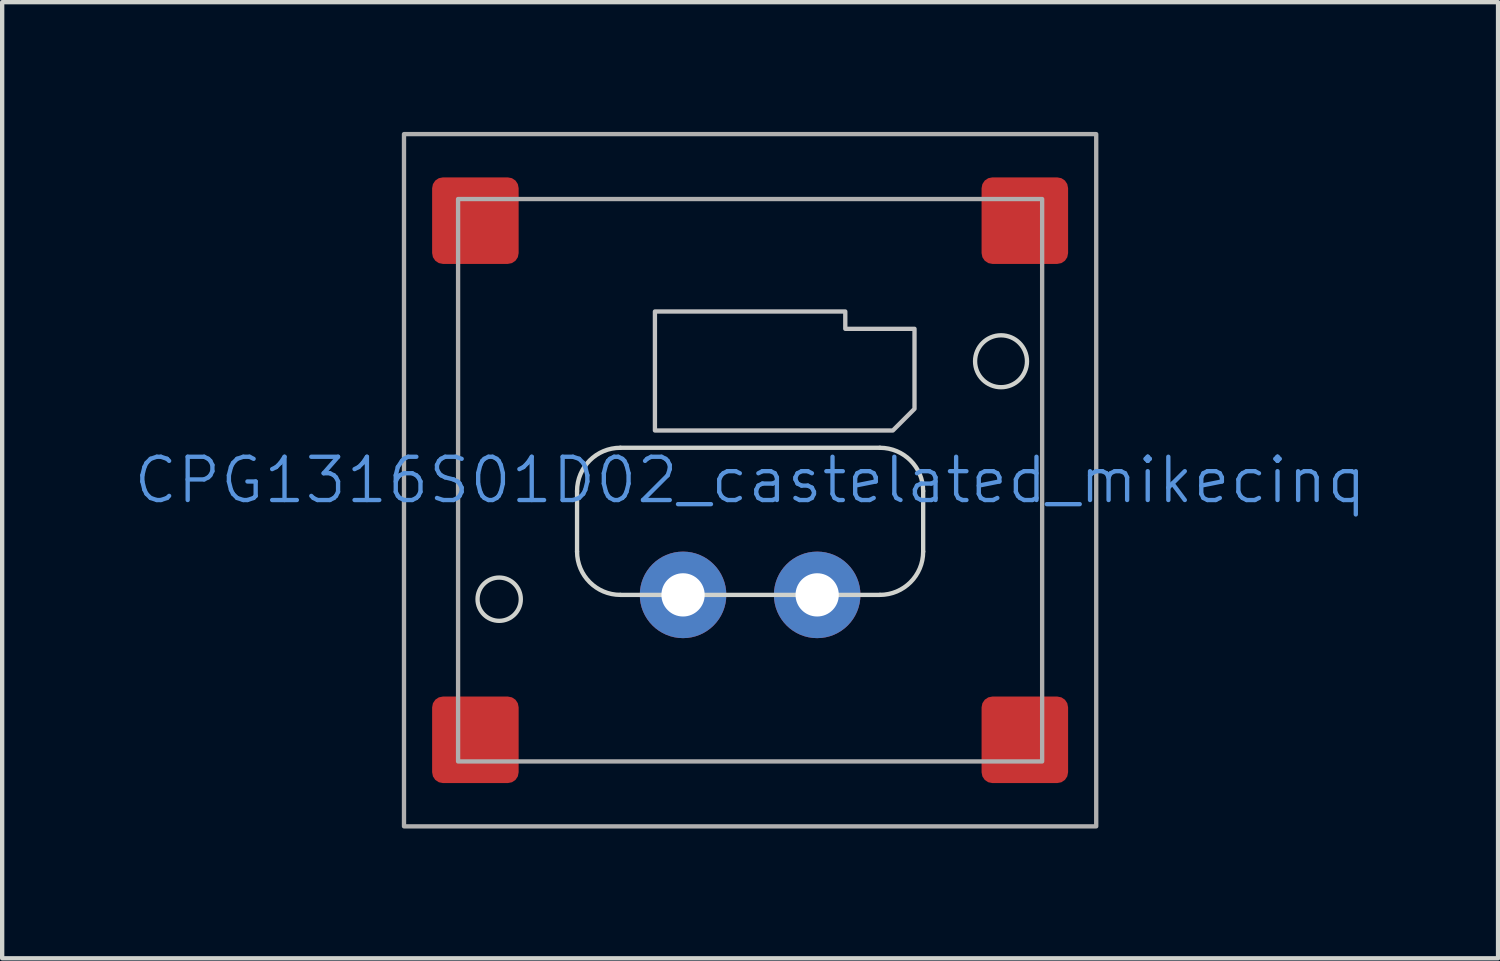
<source format=kicad_pcb>
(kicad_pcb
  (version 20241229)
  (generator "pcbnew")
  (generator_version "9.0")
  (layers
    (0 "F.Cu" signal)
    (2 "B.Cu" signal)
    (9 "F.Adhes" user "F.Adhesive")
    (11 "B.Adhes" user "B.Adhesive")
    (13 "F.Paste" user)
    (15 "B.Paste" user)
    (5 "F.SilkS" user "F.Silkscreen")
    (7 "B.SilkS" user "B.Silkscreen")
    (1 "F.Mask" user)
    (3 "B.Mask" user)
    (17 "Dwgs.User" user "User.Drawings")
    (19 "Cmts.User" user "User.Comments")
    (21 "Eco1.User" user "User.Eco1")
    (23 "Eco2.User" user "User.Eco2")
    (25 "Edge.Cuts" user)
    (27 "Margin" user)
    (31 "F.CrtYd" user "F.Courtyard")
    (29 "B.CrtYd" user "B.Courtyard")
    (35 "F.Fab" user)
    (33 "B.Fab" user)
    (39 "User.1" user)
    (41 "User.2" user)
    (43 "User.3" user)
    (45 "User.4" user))
  (footprint "CPG1316S01D02_castelated_mikecinq"
    (layer "F.Cu")
    (at 14.288 8.05)
    (property "Reference" "CPG1316S01D02_castelated_mikecinq" (at 0 0 0) (unlocked yes) (layer "Cmts.User") (effects (font (size 1 1) (thickness 0.1))))
    (attr smd)
    (fp_poly (pts (xy 3.8 -3.5) (xy 3.8 -1.65) (xy 3.3 -1.15) (xy -2.2 -1.15) (xy -2.2 -3.9) (xy 2.2 -3.9) (xy 2.2 -3.5)) (stroke (width 0.1) (type solid)) (fill no) (layer "Dwgs.User"))
    (fp_line (start -4 1.65) (end -4 0.25) (stroke (width 0.1) (type default)) (layer "Edge.Cuts"))
    (fp_line (start -3 -0.75) (end 3 -0.75) (stroke (width 0.1) (type default)) (layer "Edge.Cuts"))
    (fp_line (start 3 2.65) (end -3 2.65) (stroke (width 0.1) (type default)) (layer "Edge.Cuts"))
    (fp_line (start 4 0.25) (end 4 1.65) (stroke (width 0.1) (type default)) (layer "Edge.Cuts"))
    (fp_arc (start -4 0.25) (mid -3.707107 -0.457107) (end -3 -0.75) (stroke (width 0.1) (type default)) (layer "Edge.Cuts"))
    (fp_arc (start -3 2.65) (mid -3.707107 2.357107) (end -4 1.65) (stroke (width 0.1) (type default)) (layer "Edge.Cuts"))
    (fp_arc (start 3 -0.75) (mid 3.707107 -0.457107) (end 4 0.25) (stroke (width 0.1) (type default)) (layer "Edge.Cuts"))
    (fp_arc (start 4 1.65) (mid 3.707107 2.357107) (end 3 2.65) (stroke (width 0.1) (type default)) (layer "Edge.Cuts"))
    (fp_circle (center -5.8 2.75) (end -5.3 2.75) (stroke (width 0.1) (type default)) (fill no) (layer "Edge.Cuts"))
    (fp_circle (center 5.8 -2.75) (end 6.4 -2.75) (stroke (width 0.1) (type default)) (fill no) (layer "Edge.Cuts"))
    (fp_rect (start -8 8) (end 8 -8) (stroke (width 0.1) (type default)) (fill no) (layer "F.Fab"))
    (fp_rect (start -6.75 -6.5) (end 6.75 6.5) (stroke (width 0.1) (type default)) (fill no) (layer "F.Fab"))
    (pad "1" thru_hole circle (at -1.55 2.65) (size 2 2) (drill 1) (property pad_prop_castellated) (layers "*.Cu" "*.Paste" "*.Mask"))
    (pad "2" thru_hole circle (at 1.55 2.65) (size 2 2) (drill 1) (property pad_prop_castellated) (layers "*.Cu" "*.Paste" "*.Mask"))
    (pad "3" smd roundrect (at -6.35 -6) (size 2 2) (layers "F.Cu" "F.Mask" "F.Paste") (roundrect_rratio 0.125))
    (pad "3" smd roundrect (at -6.35 6) (size 2 2) (layers "F.Cu" "F.Mask" "F.Paste") (roundrect_rratio 0.125))
    (pad "3" smd roundrect (at 6.35 -6) (size 2 2) (layers "F.Cu" "F.Mask" "F.Paste") (roundrect_rratio 0.125))
    (pad "3" smd roundrect (at 6.35 6) (size 2 2) (layers "F.Cu" "F.Mask" "F.Paste") (roundrect_rratio 0.125)))
  (gr_rect
    (start -3 -3)
    (end 31.576 19.1)
    (stroke (width 0.1) (type default))
    (fill no)
    (layer "Edge.Cuts")))
</source>
